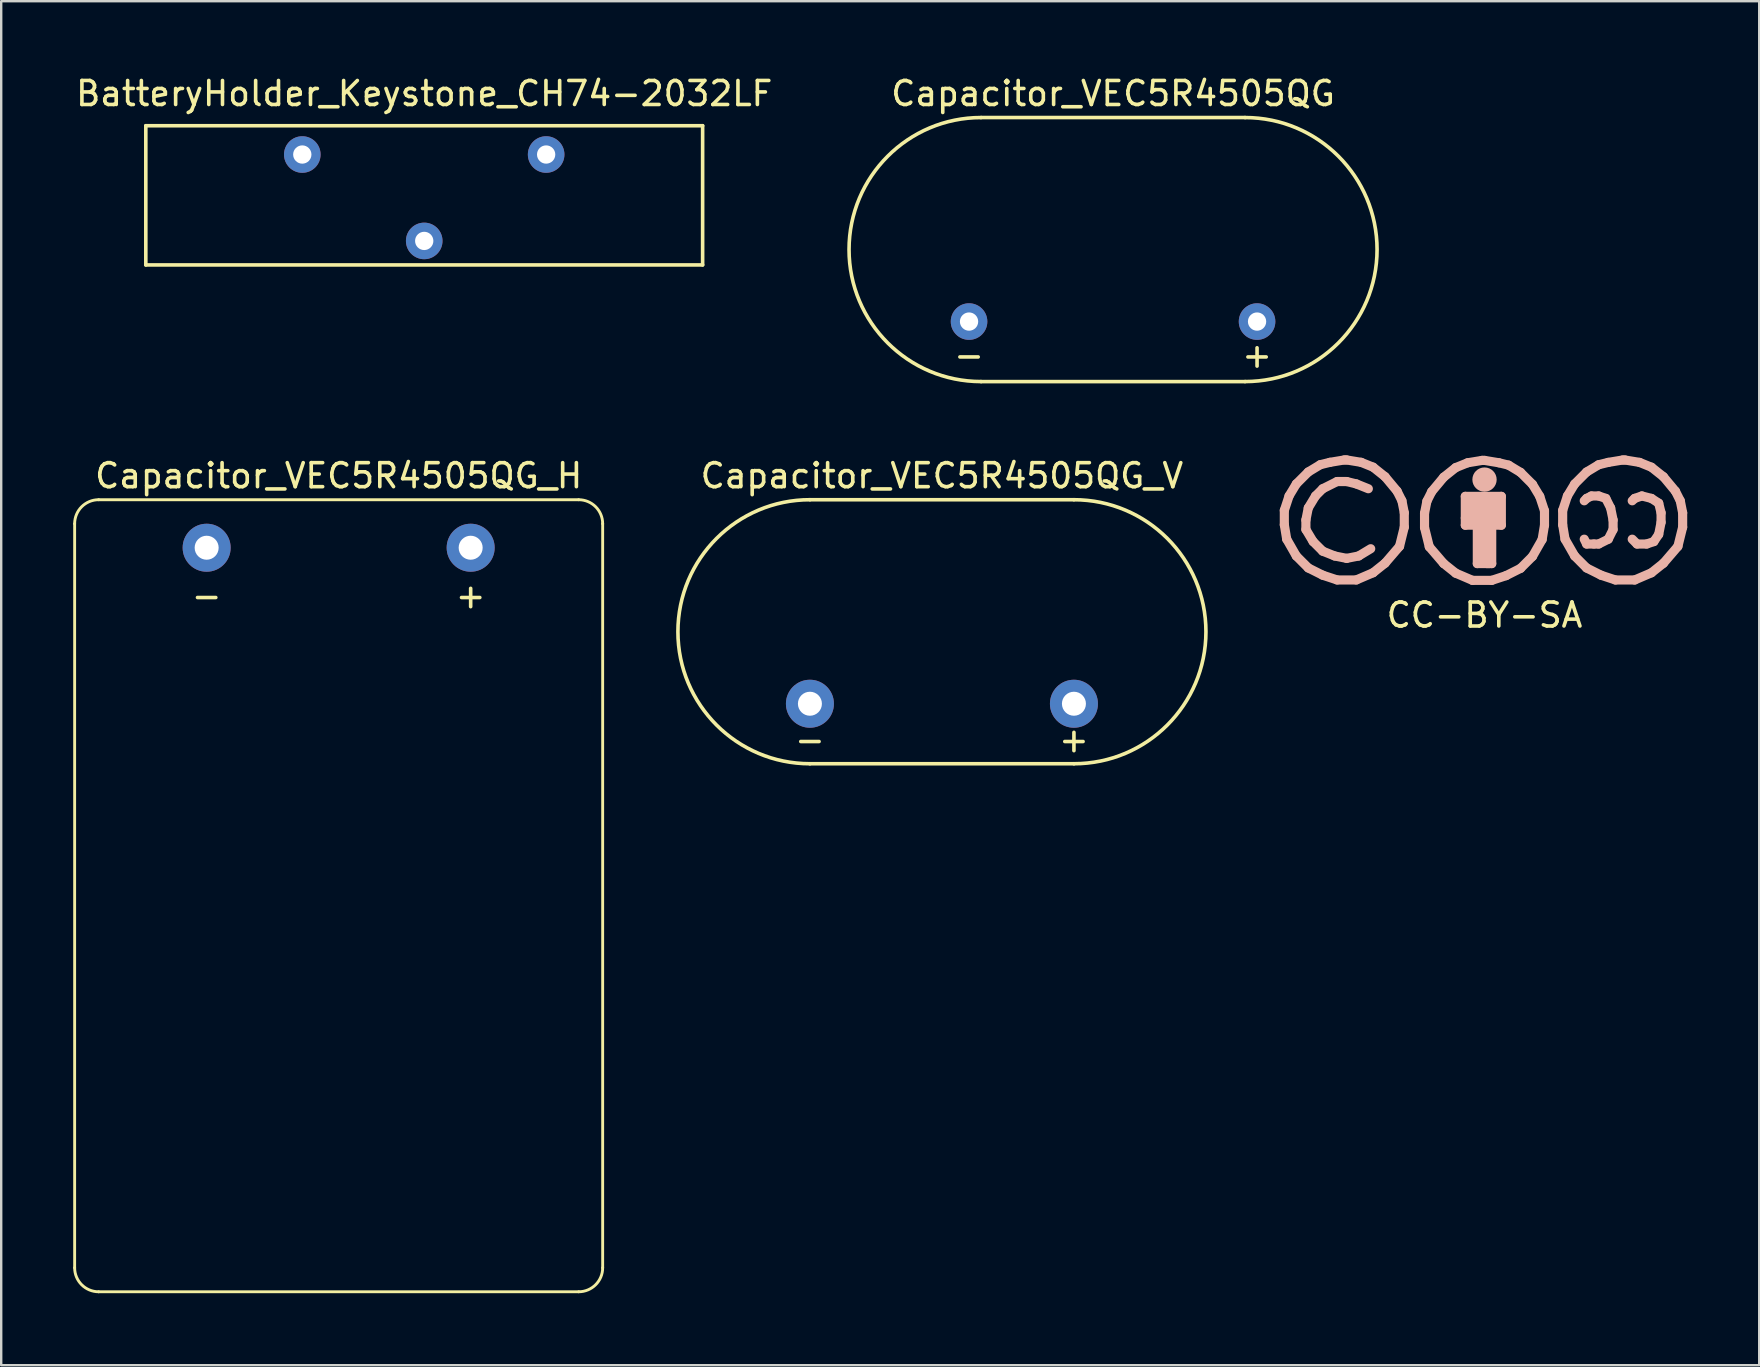
<source format=kicad_pcb>
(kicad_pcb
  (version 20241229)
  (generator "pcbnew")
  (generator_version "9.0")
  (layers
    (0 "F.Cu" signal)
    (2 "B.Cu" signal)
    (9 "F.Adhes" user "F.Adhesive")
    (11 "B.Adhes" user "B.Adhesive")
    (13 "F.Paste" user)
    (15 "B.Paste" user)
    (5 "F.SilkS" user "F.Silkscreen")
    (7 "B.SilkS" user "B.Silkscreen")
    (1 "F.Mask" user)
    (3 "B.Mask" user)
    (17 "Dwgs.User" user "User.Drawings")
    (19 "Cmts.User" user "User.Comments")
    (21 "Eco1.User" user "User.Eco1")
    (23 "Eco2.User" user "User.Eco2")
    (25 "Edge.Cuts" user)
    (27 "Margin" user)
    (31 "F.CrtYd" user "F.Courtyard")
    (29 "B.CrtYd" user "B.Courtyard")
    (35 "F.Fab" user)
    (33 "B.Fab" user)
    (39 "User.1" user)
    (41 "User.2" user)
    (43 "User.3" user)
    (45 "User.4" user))
  (footprint "Capacitor_VEC5R4505QG_V"
    (layer "F.Cu")
    (at 36.195 23.271)
    (property "Reference" "Capacitor_VEC5R4505QG_V" (at 0 -6.5 0) (layer "F.SilkS") (effects (font (size 1 1) (thickness 0.15))))
    (attr through_hole)
    (fp_line (start -5.5 -5.5) (end 5.5 -5.5) (stroke (width 0.15) (type solid)) (layer "F.SilkS"))
    (fp_line (start -5.5 5.5) (end 5.5 5.5) (stroke (width 0.15) (type solid)) (layer "F.SilkS"))
    (fp_arc (start -5.5 5.5) (mid -11 0) (end -5.5 -5.5) (stroke (width 0.15) (type solid)) (layer "F.SilkS"))
    (fp_arc (start 5.5 -5.5) (mid 11 0) (end 5.5 5.5) (stroke (width 0.15) (type solid)) (layer "F.SilkS"))
    (fp_text user "+" (at 5.5 4.5 0) (layer "F.SilkS") (effects (font (size 1 1) (thickness 0.15))))
    (fp_text user "-" (at -5.5 4.5 0) (layer "F.SilkS") (effects (font (size 1 1) (thickness 0.15))))
    (pad "1" thru_hole circle (at 5.5 3) (size 2 2) (drill 1) (layers "*.Cu" "*.Mask"))
    (pad "2" thru_hole circle (at -5.5 3) (size 2 2) (drill 1) (layers "*.Cu" "*.Mask")))
  (footprint "Capacitor_VEC5R4505QG"
    (layer "F.Cu")
    (at 43.325 7.348)
    (property "Reference" "Capacitor_VEC5R4505QG" (at 0 -6.5 0) (layer "F.SilkS") (effects (font (size 1 1) (thickness 0.15))))
    (attr through_hole)
    (fp_line (start -5.5 -5.5) (end 5.5 -5.5) (stroke (width 0.15) (type solid)) (layer "F.SilkS"))
    (fp_line (start -5.5 5.5) (end 5.5 5.5) (stroke (width 0.15) (type solid)) (layer "F.SilkS"))
    (fp_arc (start -5.5 5.5) (mid -11 0) (end -5.5 -5.5) (stroke (width 0.15) (type solid)) (layer "F.SilkS"))
    (fp_arc (start 5.5 -5.5) (mid 11 0) (end 5.5 5.5) (stroke (width 0.15) (type solid)) (layer "F.SilkS"))
    (fp_text user "-" (at -6 4.4 0) (layer "F.SilkS") (effects (font (size 1 1) (thickness 0.15))))
    (fp_text user "+" (at 6 4.4 0) (layer "F.SilkS") (effects (font (size 1 1) (thickness 0.15))))
    (pad "1" thru_hole circle (at 6 3) (size 1.524 1.524) (drill 0.762) (layers "*.Cu" "*.Mask"))
    (pad "2" thru_hole circle (at -6 3) (size 1.524 1.524) (drill 0.762) (layers "*.Cu" "*.Mask")))
  (footprint "CC-BY-SA"
    (layer "F.Cu")
    (at 58.802 18.766)
    (property "Reference" "CC-BY-SA" (at 0 3.81 0) (layer "F.SilkS") (effects (font (size 1 1) (thickness 0.15))))
    (attr through_hole)
    (fp_line (start -8.341 -0.551) (end -8.143 -1.153) (stroke (width 0.381) (type solid)) (layer "B.SilkS"))
    (fp_line (start -8.341 0.048) (end -8.341 -0.551) (stroke (width 0.381) (type solid)) (layer "B.SilkS"))
    (fp_line (start -8.242 0.648) (end -8.341 0.048) (stroke (width 0.381) (type solid)) (layer "B.SilkS"))
    (fp_line (start -8.143 -1.153) (end -7.841 -1.654) (stroke (width 0.381) (type solid)) (layer "B.SilkS"))
    (fp_line (start -7.841 -1.654) (end -7.343 -2.151) (stroke (width 0.381) (type solid)) (layer "B.SilkS"))
    (fp_line (start -7.841 1.349) (end -8.242 0.648) (stroke (width 0.381) (type solid)) (layer "B.SilkS"))
    (fp_line (start -7.442 -0.152) (end -7.343 -0.653) (stroke (width 0.381) (type solid)) (layer "B.SilkS"))
    (fp_line (start -7.442 0.246) (end -7.442 -0.152) (stroke (width 0.381) (type solid)) (layer "B.SilkS"))
    (fp_line (start -7.343 -2.151) (end -6.843 -2.454) (stroke (width 0.381) (type solid)) (layer "B.SilkS"))
    (fp_line (start -7.343 -0.653) (end -7.041 -1.153) (stroke (width 0.381) (type solid)) (layer "B.SilkS"))
    (fp_line (start -7.343 1.847) (end -7.841 1.349) (stroke (width 0.381) (type solid)) (layer "B.SilkS"))
    (fp_line (start -7.142 0.747) (end -7.442 0.246) (stroke (width 0.381) (type solid)) (layer "B.SilkS"))
    (fp_line (start -7.041 -1.153) (end -6.741 -1.453) (stroke (width 0.381) (type solid)) (layer "B.SilkS"))
    (fp_line (start -6.843 -2.454) (end -6.441 -2.553) (stroke (width 0.381) (type solid)) (layer "B.SilkS"))
    (fp_line (start -6.741 -1.453) (end -6.142 -1.753) (stroke (width 0.381) (type solid)) (layer "B.SilkS"))
    (fp_line (start -6.741 1.148) (end -7.142 0.747) (stroke (width 0.381) (type solid)) (layer "B.SilkS"))
    (fp_line (start -6.741 2.149) (end -7.343 1.847) (stroke (width 0.381) (type solid)) (layer "B.SilkS"))
    (fp_line (start -6.441 -2.553) (end -5.842 -2.652) (stroke (width 0.381) (type solid)) (layer "B.SilkS"))
    (fp_line (start -6.241 1.349) (end -6.741 1.148) (stroke (width 0.381) (type solid)) (layer "B.SilkS"))
    (fp_line (start -6.142 -1.753) (end -5.743 -1.753) (stroke (width 0.381) (type solid)) (layer "B.SilkS"))
    (fp_line (start -6.142 2.347) (end -6.741 2.149) (stroke (width 0.381) (type solid)) (layer "B.SilkS"))
    (fp_line (start -5.842 -2.652) (end -5.743 -2.652) (stroke (width 0.381) (type solid)) (layer "B.SilkS"))
    (fp_line (start -5.743 -2.652) (end -5.141 -2.553) (stroke (width 0.381) (type solid)) (layer "B.SilkS"))
    (fp_line (start -5.743 -1.753) (end -5.342 -1.654) (stroke (width 0.381) (type solid)) (layer "B.SilkS"))
    (fp_line (start -5.743 1.448) (end -6.241 1.349) (stroke (width 0.381) (type solid)) (layer "B.SilkS"))
    (fp_line (start -5.342 -1.654) (end -4.841 -1.453) (stroke (width 0.381) (type solid)) (layer "B.SilkS"))
    (fp_line (start -5.342 2.347) (end -6.142 2.347) (stroke (width 0.381) (type solid)) (layer "B.SilkS"))
    (fp_line (start -5.243 1.349) (end -5.743 1.448) (stroke (width 0.381) (type solid)) (layer "B.SilkS"))
    (fp_line (start -5.141 -2.553) (end -4.643 -2.352) (stroke (width 0.381) (type solid)) (layer "B.SilkS"))
    (fp_line (start -4.742 1.046) (end -5.243 1.349) (stroke (width 0.381) (type solid)) (layer "B.SilkS"))
    (fp_line (start -4.643 -2.352) (end -4.143 -1.953) (stroke (width 0.381) (type solid)) (layer "B.SilkS"))
    (fp_line (start -4.643 2.047) (end -5.342 2.347) (stroke (width 0.381) (type solid)) (layer "B.SilkS"))
    (fp_line (start -4.143 -1.953) (end -3.642 -1.351) (stroke (width 0.381) (type solid)) (layer "B.SilkS"))
    (fp_line (start -4.143 1.648) (end -4.643 2.047) (stroke (width 0.381) (type solid)) (layer "B.SilkS"))
    (fp_line (start -3.642 -1.351) (end -3.442 -0.953) (stroke (width 0.381) (type solid)) (layer "B.SilkS"))
    (fp_line (start -3.541 0.947) (end -4.143 1.648) (stroke (width 0.381) (type solid)) (layer "B.SilkS"))
    (fp_line (start -3.442 -0.953) (end -3.343 -0.452) (stroke (width 0.381) (type solid)) (layer "B.SilkS"))
    (fp_line (start -3.343 -0.452) (end -3.343 0.147) (stroke (width 0.381) (type solid)) (layer "B.SilkS"))
    (fp_line (start -3.343 0.147) (end -3.541 0.947) (stroke (width 0.381) (type solid)) (layer "B.SilkS"))
    (fp_line (start -2.499 -0.434) (end -2.499 0.165) (stroke (width 0.381) (type solid)) (layer "B.SilkS"))
    (fp_line (start -2.499 0.165) (end -2.301 0.965) (stroke (width 0.381) (type solid)) (layer "B.SilkS"))
    (fp_line (start -2.4 -0.935) (end -2.499 -0.434) (stroke (width 0.381) (type solid)) (layer "B.SilkS"))
    (fp_line (start -2.301 0.965) (end -1.699 1.666) (stroke (width 0.381) (type solid)) (layer "B.SilkS"))
    (fp_line (start -2.2 -1.333) (end -2.4 -0.935) (stroke (width 0.381) (type solid)) (layer "B.SilkS"))
    (fp_line (start -1.699 -1.935) (end -2.2 -1.333) (stroke (width 0.381) (type solid)) (layer "B.SilkS"))
    (fp_line (start -1.699 1.666) (end -1.199 2.065) (stroke (width 0.381) (type solid)) (layer "B.SilkS"))
    (fp_line (start -1.199 -2.334) (end -1.699 -1.935) (stroke (width 0.381) (type solid)) (layer "B.SilkS"))
    (fp_line (start -1.199 2.065) (end -0.5 2.365) (stroke (width 0.381) (type solid)) (layer "B.SilkS"))
    (fp_line (start -0.8 -1.135) (end 0.701 -1.135) (stroke (width 0.381) (type solid)) (layer "B.SilkS"))
    (fp_line (start -0.8 -0.234) (end 0.5 -0.234) (stroke (width 0.381) (type solid)) (layer "B.SilkS"))
    (fp_line (start -0.8 0.066) (end -0.8 -1.135) (stroke (width 0.381) (type solid)) (layer "B.SilkS"))
    (fp_line (start -0.701 -2.535) (end -1.199 -2.334) (stroke (width 0.381) (type solid)) (layer "B.SilkS"))
    (fp_line (start -0.701 -0.836) (end 0.599 -0.836) (stroke (width 0.381) (type solid)) (layer "B.SilkS"))
    (fp_line (start -0.5 2.365) (end 0.3 2.365) (stroke (width 0.381) (type solid)) (layer "B.SilkS"))
    (fp_line (start -0.3 0.165) (end -0.3 1.666) (stroke (width 0.381) (type solid)) (layer "B.SilkS"))
    (fp_line (start -0.3 1.666) (end 0.201 1.666) (stroke (width 0.381) (type solid)) (layer "B.SilkS"))
    (fp_line (start -0.099 -2.634) (end -0.701 -2.535) (stroke (width 0.381) (type solid)) (layer "B.SilkS"))
    (fp_line (start 0 -2.634) (end -0.099 -2.634) (stroke (width 0.381) (type solid)) (layer "B.SilkS"))
    (fp_line (start 0 -2.035) (end 0 -1.636) (stroke (width 0.381) (type solid)) (layer "B.SilkS"))
    (fp_line (start 0 0.165) (end 0 1.466) (stroke (width 0.381) (type solid)) (layer "B.SilkS"))
    (fp_line (start 0.099 1.666) (end 0.3 1.666) (stroke (width 0.381) (type solid)) (layer "B.SilkS"))
    (fp_line (start 0.3 1.666) (end 0.3 0.066) (stroke (width 0.381) (type solid)) (layer "B.SilkS"))
    (fp_line (start 0.3 2.365) (end 0.899 2.167) (stroke (width 0.381) (type solid)) (layer "B.SilkS"))
    (fp_line (start 0.5 -0.533) (end -0.701 -0.533) (stroke (width 0.381) (type solid)) (layer "B.SilkS"))
    (fp_line (start 0.599 -2.535) (end 0 -2.634) (stroke (width 0.381) (type solid)) (layer "B.SilkS"))
    (fp_line (start 0.701 -1.135) (end 0.701 0.066) (stroke (width 0.381) (type solid)) (layer "B.SilkS"))
    (fp_line (start 0.701 0.066) (end -0.8 0.066) (stroke (width 0.381) (type solid)) (layer "B.SilkS"))
    (fp_line (start 0.899 2.167) (end 1.501 1.864) (stroke (width 0.381) (type solid)) (layer "B.SilkS"))
    (fp_line (start 1.001 -2.436) (end 0.599 -2.535) (stroke (width 0.381) (type solid)) (layer "B.SilkS"))
    (fp_line (start 1.501 -2.134) (end 1.001 -2.436) (stroke (width 0.381) (type solid)) (layer "B.SilkS"))
    (fp_line (start 1.501 1.864) (end 1.999 1.367) (stroke (width 0.381) (type solid)) (layer "B.SilkS"))
    (fp_line (start 1.999 -1.636) (end 1.501 -2.134) (stroke (width 0.381) (type solid)) (layer "B.SilkS"))
    (fp_line (start 1.999 1.367) (end 2.4 0.665) (stroke (width 0.381) (type solid)) (layer "B.SilkS"))
    (fp_line (start 2.301 -1.135) (end 1.999 -1.636) (stroke (width 0.381) (type solid)) (layer "B.SilkS"))
    (fp_line (start 2.4 0.665) (end 2.499 0.066) (stroke (width 0.381) (type solid)) (layer "B.SilkS"))
    (fp_line (start 2.499 -0.533) (end 2.301 -1.135) (stroke (width 0.381) (type solid)) (layer "B.SilkS"))
    (fp_line (start 2.499 0.066) (end 2.499 -0.533) (stroke (width 0.381) (type solid)) (layer "B.SilkS"))
    (fp_line (start 3.256 -0.55) (end 3.454 -1.152) (stroke (width 0.381) (type solid)) (layer "B.SilkS"))
    (fp_line (start 3.256 0.05) (end 3.256 -0.55) (stroke (width 0.381) (type solid)) (layer "B.SilkS"))
    (fp_line (start 3.355 0.649) (end 3.256 0.05) (stroke (width 0.381) (type solid)) (layer "B.SilkS"))
    (fp_line (start 3.454 -1.152) (end 3.757 -1.652) (stroke (width 0.381) (type solid)) (layer "B.SilkS"))
    (fp_line (start 3.757 -1.652) (end 4.254 -2.15) (stroke (width 0.381) (type solid)) (layer "B.SilkS"))
    (fp_line (start 3.757 1.35) (end 3.355 0.649) (stroke (width 0.381) (type solid)) (layer "B.SilkS"))
    (fp_line (start 4.155 -0.951) (end 4.254 -1.05) (stroke (width 0.381) (type solid)) (layer "B.SilkS"))
    (fp_line (start 4.254 -2.15) (end 4.755 -2.452) (stroke (width 0.381) (type solid)) (layer "B.SilkS"))
    (fp_line (start 4.254 -1.05) (end 4.455 -1.152) (stroke (width 0.381) (type solid)) (layer "B.SilkS"))
    (fp_line (start 4.254 0.85) (end 4.155 0.649) (stroke (width 0.381) (type solid)) (layer "B.SilkS"))
    (fp_line (start 4.254 1.848) (end 3.757 1.35) (stroke (width 0.381) (type solid)) (layer "B.SilkS"))
    (fp_line (start 4.455 -1.152) (end 4.755 -1.152) (stroke (width 0.381) (type solid)) (layer "B.SilkS"))
    (fp_line (start 4.557 0.85) (end 4.254 0.85) (stroke (width 0.381) (type solid)) (layer "B.SilkS"))
    (fp_line (start 4.755 -2.452) (end 5.156 -2.551) (stroke (width 0.381) (type solid)) (layer "B.SilkS"))
    (fp_line (start 4.755 -1.152) (end 5.054 -1.05) (stroke (width 0.381) (type solid)) (layer "B.SilkS"))
    (fp_line (start 4.755 0.85) (end 4.557 0.85) (stroke (width 0.381) (type solid)) (layer "B.SilkS"))
    (fp_line (start 4.856 2.15) (end 4.254 1.848) (stroke (width 0.381) (type solid)) (layer "B.SilkS"))
    (fp_line (start 5.054 -1.05) (end 5.255 -0.651) (stroke (width 0.381) (type solid)) (layer "B.SilkS"))
    (fp_line (start 5.156 -2.551) (end 5.755 -2.65) (stroke (width 0.381) (type solid)) (layer "B.SilkS"))
    (fp_line (start 5.156 0.649) (end 4.755 0.85) (stroke (width 0.381) (type solid)) (layer "B.SilkS"))
    (fp_line (start 5.255 -0.651) (end 5.357 -0.151) (stroke (width 0.381) (type solid)) (layer "B.SilkS"))
    (fp_line (start 5.357 -0.151) (end 5.357 0.248) (stroke (width 0.381) (type solid)) (layer "B.SilkS"))
    (fp_line (start 5.357 0.248) (end 5.156 0.649) (stroke (width 0.381) (type solid)) (layer "B.SilkS"))
    (fp_line (start 5.456 2.349) (end 4.856 2.15) (stroke (width 0.381) (type solid)) (layer "B.SilkS"))
    (fp_line (start 5.755 -2.65) (end 5.855 -2.65) (stroke (width 0.381) (type solid)) (layer "B.SilkS"))
    (fp_line (start 5.855 -2.65) (end 6.457 -2.551) (stroke (width 0.381) (type solid)) (layer "B.SilkS"))
    (fp_line (start 6.154 -0.951) (end 6.256 -1.05) (stroke (width 0.381) (type solid)) (layer "B.SilkS"))
    (fp_line (start 6.256 -1.05) (end 6.556 -1.152) (stroke (width 0.381) (type solid)) (layer "B.SilkS"))
    (fp_line (start 6.256 2.349) (end 5.456 2.349) (stroke (width 0.381) (type solid)) (layer "B.SilkS"))
    (fp_line (start 6.355 0.85) (end 6.154 0.649) (stroke (width 0.381) (type solid)) (layer "B.SilkS"))
    (fp_line (start 6.457 -2.551) (end 6.954 -2.35) (stroke (width 0.381) (type solid)) (layer "B.SilkS"))
    (fp_line (start 6.556 -1.152) (end 6.954 -1.05) (stroke (width 0.381) (type solid)) (layer "B.SilkS"))
    (fp_line (start 6.756 0.85) (end 6.355 0.85) (stroke (width 0.381) (type solid)) (layer "B.SilkS"))
    (fp_line (start 6.954 -2.35) (end 7.455 -1.952) (stroke (width 0.381) (type solid)) (layer "B.SilkS"))
    (fp_line (start 6.954 -1.05) (end 7.257 -0.852) (stroke (width 0.381) (type solid)) (layer "B.SilkS"))
    (fp_line (start 6.954 2.049) (end 6.256 2.349) (stroke (width 0.381) (type solid)) (layer "B.SilkS"))
    (fp_line (start 7.056 0.748) (end 6.756 0.85) (stroke (width 0.381) (type solid)) (layer "B.SilkS"))
    (fp_line (start 7.257 -0.852) (end 7.356 -0.451) (stroke (width 0.381) (type solid)) (layer "B.SilkS"))
    (fp_line (start 7.257 0.449) (end 7.056 0.748) (stroke (width 0.381) (type solid)) (layer "B.SilkS"))
    (fp_line (start 7.356 -0.451) (end 7.356 -0.052) (stroke (width 0.381) (type solid)) (layer "B.SilkS"))
    (fp_line (start 7.356 -0.052) (end 7.257 0.449) (stroke (width 0.381) (type solid)) (layer "B.SilkS"))
    (fp_line (start 7.455 -1.952) (end 7.955 -1.35) (stroke (width 0.381) (type solid)) (layer "B.SilkS"))
    (fp_line (start 7.455 1.65) (end 6.954 2.049) (stroke (width 0.381) (type solid)) (layer "B.SilkS"))
    (fp_line (start 7.955 -1.35) (end 8.156 -0.951) (stroke (width 0.381) (type solid)) (layer "B.SilkS"))
    (fp_line (start 8.057 0.949) (end 7.455 1.65) (stroke (width 0.381) (type solid)) (layer "B.SilkS"))
    (fp_line (start 8.156 -0.951) (end 8.255 -0.451) (stroke (width 0.381) (type solid)) (layer "B.SilkS"))
    (fp_line (start 8.255 -0.451) (end 8.255 0.149) (stroke (width 0.381) (type solid)) (layer "B.SilkS"))
    (fp_line (start 8.255 0.149) (end 8.057 0.949) (stroke (width 0.381) (type solid)) (layer "B.SilkS"))
    (fp_circle (center 0 -1.834) (end 0.099 -1.534) (stroke (width 0.381) (type solid)) (fill no) (layer "B.SilkS")))
  (footprint "BatteryHolder_Keystone_CH74-2032LF"
    (layer "F.Cu")
    (at 14.625 3.388)
    (property "Reference" "BatteryHolder_Keystone_CH74-2032LF" (at 0 -2.54 0) (layer "F.SilkS") (effects (font (size 1 1) (thickness 0.15))))
    (attr through_hole)
    (fp_line (start -11.6 -1.2) (end -11.6 4.6) (stroke (width 0.15) (type solid)) (layer "F.SilkS"))
    (fp_line (start -11.6 4.6) (end 11.6 4.6) (stroke (width 0.15) (type solid)) (layer "F.SilkS"))
    (fp_line (start 11.6 -1.2) (end -11.6 -1.2) (stroke (width 0.15) (type solid)) (layer "F.SilkS"))
    (fp_line (start 11.6 4.6) (end 11.6 -1.2) (stroke (width 0.15) (type solid)) (layer "F.SilkS"))
    (pad "1" thru_hole circle (at -5.08 0) (size 1.524 1.524) (drill 0.762) (layers "*.Cu" "*.Mask"))
    (pad "1" thru_hole circle (at 5.08 0) (size 1.524 1.524) (drill 0.762) (layers "*.Cu" "*.Mask"))
    (pad "2" thru_hole circle (at 0 3.6) (size 1.524 1.524) (drill 0.762) (layers "*.Cu" "*.Mask")))
  (footprint "Capacitor_VEC5R4505QG_H"
    (layer "F.Cu")
    (at 11.06 19.771)
    (property "Reference" "Capacitor_VEC5R4505QG_H" (at 0 -3 0) (layer "F.SilkS") (effects (font (size 1 1) (thickness 0.15))))
    (attr through_hole)
    (fp_line (start -11 -1) (end -11 30) (stroke (width 0.12) (type solid)) (layer "F.SilkS"))
    (fp_line (start -10 -2) (end 10 -2) (stroke (width 0.12) (type solid)) (layer "F.SilkS"))
    (fp_line (start -10 31) (end 10 31) (stroke (width 0.12) (type solid)) (layer "F.SilkS"))
    (fp_line (start 11 -1) (end 11 30) (stroke (width 0.12) (type solid)) (layer "F.SilkS"))
    (fp_arc (start -11 -1) (mid -10.707107 -1.707107) (end -10 -2) (stroke (width 0.12) (type solid)) (layer "F.SilkS"))
    (fp_arc (start -10 31) (mid -10.707107 30.707107) (end -11 30) (stroke (width 0.12) (type solid)) (layer "F.SilkS"))
    (fp_arc (start 10 -2) (mid 10.707107 -1.707107) (end 11 -1) (stroke (width 0.12) (type solid)) (layer "F.SilkS"))
    (fp_arc (start 11 30) (mid 10.707107 30.707107) (end 10 31) (stroke (width 0.12) (type solid)) (layer "F.SilkS"))
    (fp_text user "+" (at 5.5 2 0) (layer "F.SilkS") (effects (font (size 1 1) (thickness 0.15))))
    (fp_text user "-" (at -5.5 2 0) (layer "F.SilkS") (effects (font (size 1 1) (thickness 0.15))))
    (pad "1" thru_hole circle (at 5.5 0) (size 2 2) (drill 1) (layers "*.Cu" "*.Mask"))
    (pad "2" thru_hole circle (at -5.5 0) (size 2 2) (drill 1) (layers "*.Cu" "*.Mask")))
  (gr_rect
    (start -3 -3)
    (end 70.247 53.831)
    (stroke (width 0.1) (type default))
    (fill no)
    (layer "Edge.Cuts")))
</source>
